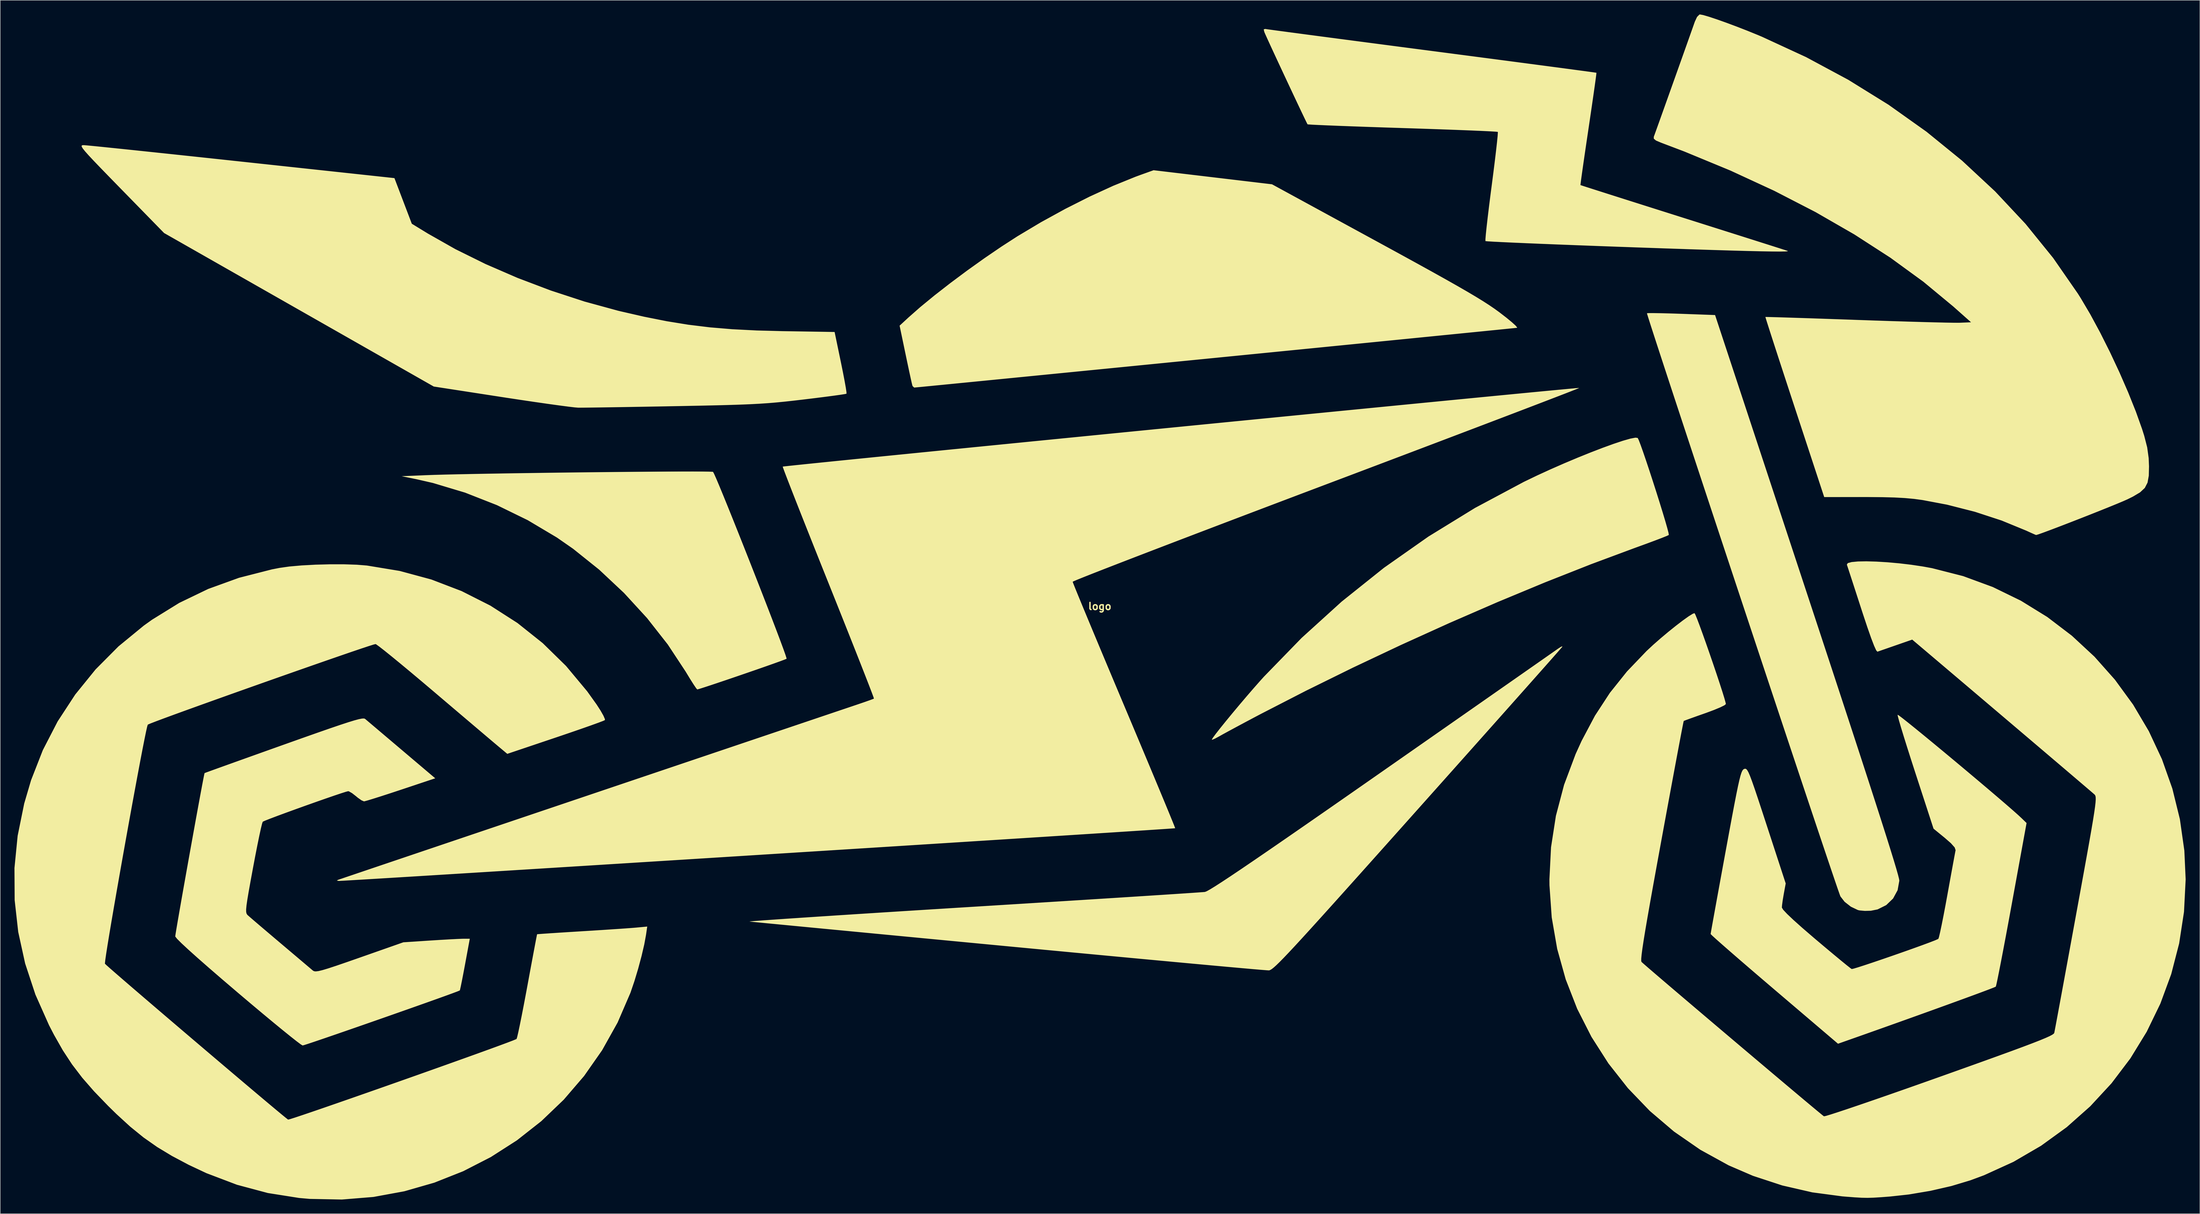
<source format=kicad_pcb>
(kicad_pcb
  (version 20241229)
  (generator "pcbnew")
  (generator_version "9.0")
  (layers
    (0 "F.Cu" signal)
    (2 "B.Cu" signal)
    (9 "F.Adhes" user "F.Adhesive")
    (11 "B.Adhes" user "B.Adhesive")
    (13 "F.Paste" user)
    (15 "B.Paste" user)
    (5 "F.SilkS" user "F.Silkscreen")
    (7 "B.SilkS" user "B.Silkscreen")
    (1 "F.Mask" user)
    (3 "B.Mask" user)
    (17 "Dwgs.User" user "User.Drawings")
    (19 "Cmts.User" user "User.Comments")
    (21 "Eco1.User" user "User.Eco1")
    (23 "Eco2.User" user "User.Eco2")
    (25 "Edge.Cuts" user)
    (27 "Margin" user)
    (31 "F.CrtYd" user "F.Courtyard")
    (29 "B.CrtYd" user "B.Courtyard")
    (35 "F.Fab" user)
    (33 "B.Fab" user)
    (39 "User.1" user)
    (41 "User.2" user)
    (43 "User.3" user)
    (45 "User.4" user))
  (footprint "logo"
    (layer "F.Cu")
    (at 228.848 124.854)
    (property "Reference" "logo" (at 0 0 0) (layer "F.SilkS") (effects (font (size 1.5 1.5) (thickness 0.3))))
    (attr board_only exclude_from_pos_files exclude_from_bom)
    (fp_poly (pts (xy 113.42 -35.519) (xy 113.644 -35.061) (xy 114.035 -34.04) (xy 114.561 -32.561) (xy 115.188 -30.724) (xy 115.884 -28.634) (xy 116.615 -26.391) (xy 117.35 -24.1) (xy 118.054 -21.862) (xy 118.696 -19.78) (xy 119.243 -17.956) (xy 119.66 -16.493) (xy 119.917 -15.494) (xy 119.98 -15.06) (xy 119.975 -15.053) (xy 119.557 -14.855) (xy 118.572 -14.459) (xy 117.126 -13.906) (xy 115.325 -13.236) (xy 113.277 -12.49) (xy 112.869 -12.343) (xy 103.591 -8.891) (xy 93.883 -5.058) (xy 83.876 -0.901) (xy 73.703 3.521) (xy 63.496 8.149) (xy 53.388 12.923) (xy 43.511 17.786) (xy 33.997 22.677) (xy 32.734 23.343) (xy 30.719 24.414) (xy 28.817 25.433) (xy 27.16 26.327) (xy 25.879 27.027) (xy 25.132 27.447) (xy 24.263 27.914) (xy 23.712 28.139) (xy 23.611 28.125) (xy 23.834 27.736) (xy 24.454 26.895) (xy 25.399 25.689) (xy 26.597 24.205) (xy 27.975 22.531) (xy 29.461 20.754) (xy 30.983 18.962) (xy 32.468 17.242) (xy 33.845 15.681) (xy 34.598 14.846) (xy 42.553 6.664) (xy 50.997 -0.998) (xy 59.915 -8.13) (xy 69.293 -14.721) (xy 79.116 -20.759) (xy 89.369 -26.235) (xy 89.593 -26.345) (xy 92.256 -27.626) (xy 95.055 -28.908) (xy 97.914 -30.162) (xy 100.751 -31.356) (xy 103.489 -32.461) (xy 106.049 -33.446) (xy 108.353 -34.281) (xy 110.32 -34.936) (xy 111.874 -35.38) (xy 112.934 -35.583)) (stroke (width 0) (type solid)) (fill yes) (layer "F.SilkS"))
    (fp_poly (pts (xy 118.224 -61.836) (xy 120.091 -61.789) (xy 122.233 -61.72) (xy 122.621 -61.706) (xy 129.733 -61.446) (xy 149.168 -2.55) (xy 151.861 5.617) (xy 154.332 13.122) (xy 156.585 19.981) (xy 158.626 26.212) (xy 160.46 31.829) (xy 162.093 36.85) (xy 163.529 41.291) (xy 164.774 45.168) (xy 165.834 48.498) (xy 166.713 51.296) (xy 167.416 53.58) (xy 167.95 55.365) (xy 168.318 56.668) (xy 168.527 57.506) (xy 168.583 57.871) (xy 168.222 59.878) (xy 167.267 61.633) (xy 165.826 63.02) (xy 164.005 63.927) (xy 162.593 64.211) (xy 161.326 64.245) (xy 160.196 64.144) (xy 159.838 64.061) (xy 158.365 63.357) (xy 157.048 62.327) (xy 156.167 61.195) (xy 155.997 60.747) (xy 155.619 59.668) (xy 155.047 57.998) (xy 154.294 55.78) (xy 153.374 53.055) (xy 152.301 49.863) (xy 151.088 46.246) (xy 149.75 42.246) (xy 148.299 37.903) (xy 146.75 33.258) (xy 145.115 28.354) (xy 143.41 23.232) (xy 141.647 17.931) (xy 139.84 12.495) (xy 138.004 6.963) (xy 136.15 1.378) (xy 134.294 -4.219) (xy 132.449 -9.788) (xy 130.628 -15.287) (xy 128.846 -20.674) (xy 127.116 -25.909) (xy 125.451 -30.95) (xy 123.865 -35.756) (xy 122.373 -40.285) (xy 120.987 -44.497) (xy 119.721 -48.351) (xy 118.59 -51.804) (xy 117.606 -54.816) (xy 116.784 -57.345) (xy 116.136 -59.35) (xy 115.678 -60.791) (xy 115.421 -61.625) (xy 115.37 -61.828) (xy 115.753 -61.857) (xy 116.741 -61.859)) (stroke (width 0) (type solid)) (fill yes) (layer "F.SilkS"))
    (fp_poly (pts (xy -83.817 -28.433) (xy -82.44 -28.415) (xy -81.678 -28.386) (xy -81.545 -28.365) (xy -81.318 -27.935) (xy -80.867 -26.92) (xy -80.221 -25.391) (xy -79.407 -23.42) (xy -78.454 -21.077) (xy -77.389 -18.433) (xy -76.241 -15.56) (xy -75.037 -12.528) (xy -73.804 -9.407) (xy -72.572 -6.27) (xy -71.368 -3.187) (xy -70.219 -0.229) (xy -69.154 2.533) (xy -68.201 5.028) (xy -67.387 7.185) (xy -66.741 8.933) (xy -66.289 10.201) (xy -66.062 10.919) (xy -66.043 11.055) (xy -66.434 11.223) (xy -67.396 11.582) (xy -68.822 12.095) (xy -70.602 12.723) (xy -72.631 13.431) (xy -74.8 14.18) (xy -77.001 14.935) (xy -79.127 15.659) (xy -81.071 16.313) (xy -82.725 16.862) (xy -83.98 17.268) (xy -84.73 17.495) (xy -84.887 17.53) (xy -85.136 17.24) (xy -85.668 16.452) (xy -86.408 15.283) (xy -87.277 13.851) (xy -87.325 13.771) (xy -91.096 8.046) (xy -95.467 2.475) (xy -100.326 -2.825) (xy -105.558 -7.734) (xy -111.049 -12.135) (xy -114.479 -14.519) (xy -120.62 -18.173) (xy -127.122 -21.349) (xy -133.834 -23.986) (xy -140.606 -26.02) (xy -144.044 -26.807) (xy -147.213 -27.454) (xy -142.025 -27.67) (xy -140.353 -27.73) (xy -138.16 -27.791) (xy -135.51 -27.853) (xy -132.465 -27.916) (xy -129.09 -27.978) (xy -125.446 -28.04) (xy -121.597 -28.099) (xy -117.607 -28.157) (xy -113.538 -28.211) (xy -109.454 -28.261) (xy -105.418 -28.306) (xy -101.494 -28.346) (xy -97.743 -28.38) (xy -94.23 -28.407) (xy -91.018 -28.427) (xy -88.17 -28.438) (xy -85.748 -28.441)) (stroke (width 0) (type solid)) (fill yes) (layer "F.SilkS"))
    (fp_poly (pts (xy 23.823 -90.511) (xy 36.311 -89.026) (xy 58.195 -77.094) (xy 62.702 -74.633) (xy 66.627 -72.479) (xy 70.022 -70.604) (xy 72.938 -68.976) (xy 75.425 -67.568) (xy 77.534 -66.35) (xy 79.315 -65.293) (xy 80.82 -64.367) (xy 82.098 -63.543) (xy 83.201 -62.791) (xy 84.179 -62.084) (xy 84.283 -62.006) (xy 85.717 -60.899) (xy 86.872 -59.949) (xy 87.662 -59.232) (xy 88.001 -58.823) (xy 87.977 -58.759) (xy 87.58 -58.715) (xy 86.515 -58.606) (xy 84.827 -58.436) (xy 82.558 -58.207) (xy 79.753 -57.926) (xy 76.455 -57.597) (xy 72.707 -57.223) (xy 68.555 -56.809) (xy 64.041 -56.359) (xy 59.209 -55.878) (xy 54.103 -55.37) (xy 48.767 -54.84) (xy 43.244 -54.291) (xy 37.578 -53.728) (xy 31.813 -53.156) (xy 25.992 -52.578) (xy 20.16 -52) (xy 14.359 -51.425) (xy 8.634 -50.857) (xy 3.029 -50.302) (xy -2.413 -49.763) (xy -7.649 -49.245) (xy -12.634 -48.752) (xy -17.324 -48.289) (xy -21.677 -47.859) (xy -25.647 -47.467) (xy -29.193 -47.118) (xy -32.269 -46.815) (xy -34.832 -46.564) (xy -36.838 -46.368) (xy -38.244 -46.232) (xy -39.006 -46.16) (xy -39.135 -46.149) (xy -39.451 -46.43) (xy -39.525 -46.596) (xy -39.644 -47.08) (xy -39.881 -48.14) (xy -40.209 -49.653) (xy -40.601 -51.495) (xy -40.943 -53.125) (xy -42.212 -59.207) (xy -40.335 -60.941) (xy -37.837 -63.14) (xy -34.852 -65.59) (xy -31.515 -68.189) (xy -27.962 -70.838) (xy -24.328 -73.434) (xy -20.749 -75.877) (xy -17.361 -78.066) (xy -17.351 -78.072) (xy -12.401 -81.029) (xy -7.278 -83.842) (xy -2.145 -86.431) (xy 2.834 -88.713) (xy 7.497 -90.608) (xy 8.619 -91.021) (xy 11.335 -91.995)) (stroke (width 0) (type solid)) (fill yes) (layer "F.SilkS"))
    (fp_poly (pts (xy -213.705 -97.245) (xy -212.521 -97.133) (xy -210.73 -96.954) (xy -208.386 -96.714) (xy -205.541 -96.42) (xy -202.247 -96.075) (xy -198.558 -95.686) (xy -194.525 -95.259) (xy -190.202 -94.798) (xy -185.64 -94.31) (xy -180.894 -93.799) (xy -180.884 -93.798) (xy -148.729 -90.331) (xy -146.898 -85.518) (xy -145.066 -80.706) (xy -141.668 -78.629) (xy -135.872 -75.343) (xy -129.519 -72.204) (xy -122.762 -69.275) (xy -115.753 -66.617) (xy -108.645 -64.292) (xy -101.592 -62.362) (xy -101.122 -62.248) (xy -96.042 -61.083) (xy -91.316 -60.144) (xy -86.764 -59.406) (xy -82.211 -58.85) (xy -77.477 -58.453) (xy -72.387 -58.193) (xy -66.864 -58.05) (xy -55.917 -57.874) (xy -54.581 -51.445) (xy -54.166 -49.398) (xy -53.82 -47.602) (xy -53.565 -46.171) (xy -53.421 -45.218) (xy -53.405 -44.856) (xy -53.79 -44.771) (xy -54.788 -44.617) (xy -56.302 -44.407) (xy -58.235 -44.154) (xy -60.489 -43.871) (xy -62.468 -43.631) (xy -64.548 -43.388) (xy -66.429 -43.181) (xy -68.201 -43.007) (xy -69.956 -42.861) (xy -71.783 -42.738) (xy -73.773 -42.634) (xy -76.017 -42.544) (xy -78.605 -42.463) (xy -81.628 -42.387) (xy -85.175 -42.311) (xy -89.339 -42.229) (xy -89.794 -42.221) (xy -93.421 -42.154) (xy -96.881 -42.093) (xy -100.099 -42.038) (xy -102.997 -41.992) (xy -105.502 -41.954) (xy -107.537 -41.927) (xy -109.027 -41.911) (xy -109.896 -41.908) (xy -110.007 -41.909) (xy -110.751 -41.971) (xy -112.114 -42.133) (xy -114.009 -42.382) (xy -116.349 -42.706) (xy -119.048 -43.093) (xy -122.017 -43.532) (xy -125.169 -44.009) (xy -126.116 -44.155) (xy -140.436 -46.366) (xy -168.867 -62.556) (xy -197.297 -78.747) (xy -206.36 -88.027) (xy -208.722 -90.448) (xy -210.624 -92.407) (xy -212.107 -93.953) (xy -213.212 -95.134) (xy -213.981 -95.999) (xy -214.455 -96.597) (xy -214.676 -96.976) (xy -214.684 -97.185) (xy -214.522 -97.272) (xy -214.231 -97.286)) (stroke (width 0) (type solid)) (fill yes) (layer "F.SilkS"))
    (fp_poly (pts (xy 97.519 8.532) (xy 97.251 8.849) (xy 96.535 9.668) (xy 95.4 10.956) (xy 93.874 12.681) (xy 91.986 14.81) (xy 89.765 17.312) (xy 87.239 20.154) (xy 84.437 23.304) (xy 81.388 26.729) (xy 78.12 30.398) (xy 74.663 34.277) (xy 71.044 38.336) (xy 67.292 42.541) (xy 67.011 42.856) (xy 62.567 47.835) (xy 58.573 52.306) (xy 55.004 56.297) (xy 51.836 59.833) (xy 49.044 62.943) (xy 46.602 65.652) (xy 44.486 67.989) (xy 42.671 69.98) (xy 41.132 71.651) (xy 39.843 73.031) (xy 38.781 74.145) (xy 37.92 75.022) (xy 37.235 75.687) (xy 36.701 76.169) (xy 36.293 76.493) (xy 35.987 76.687) (xy 35.757 76.777) (xy 35.65 76.793) (xy 35.17 76.766) (xy 34.017 76.675) (xy 32.232 76.522) (xy 29.855 76.312) (xy 26.925 76.049) (xy 23.483 75.735) (xy 19.568 75.376) (xy 15.221 74.973) (xy 10.48 74.532) (xy 5.387 74.056) (xy -0.019 73.548) (xy -5.698 73.013) (xy -11.61 72.453) (xy -17.715 71.873) (xy -19.139 71.737) (xy -25.282 71.152) (xy -31.241 70.584) (xy -36.975 70.036) (xy -42.444 69.514) (xy -47.61 69.02) (xy -52.431 68.559) (xy -56.868 68.134) (xy -60.882 67.75) (xy -64.431 67.409) (xy -67.477 67.116) (xy -69.98 66.875) (xy -71.899 66.689) (xy -73.195 66.562) (xy -73.827 66.499) (xy -73.875 66.493) (xy -73.655 66.456) (xy -72.762 66.378) (xy -71.235 66.261) (xy -69.113 66.109) (xy -66.438 65.923) (xy -63.248 65.708) (xy -59.585 65.465) (xy -55.488 65.196) (xy -50.996 64.906) (xy -46.151 64.595) (xy -40.993 64.268) (xy -35.56 63.926) (xy -29.894 63.572) (xy -27.01 63.393) (xy -21.195 63.032) (xy -15.564 62.681) (xy -10.158 62.343) (xy -5.022 62.02) (xy -0.198 61.715) (xy 4.272 61.431) (xy 8.345 61.17) (xy 11.978 60.936) (xy 15.129 60.731) (xy 17.754 60.558) (xy 19.811 60.419) (xy 21.258 60.317) (xy 22.052 60.256) (xy 22.18 60.242) (xy 22.552 60.094) (xy 23.26 59.7) (xy 24.322 59.048) (xy 25.761 58.122) (xy 27.597 56.91) (xy 29.85 55.396) (xy 32.542 53.567) (xy 35.692 51.409) (xy 39.321 48.908) (xy 43.45 46.05) (xy 48.1 42.821) (xy 53.291 39.207) (xy 59.044 35.193) (xy 59.392 34.95) (xy 63.96 31.76) (xy 68.38 28.673) (xy 72.614 25.715) (xy 76.625 22.913) (xy 80.377 20.292) (xy 83.832 17.877) (xy 86.953 15.696) (xy 89.703 13.773) (xy 92.045 12.135) (xy 93.942 10.808) (xy 95.357 9.817) (xy 96.253 9.189) (xy 96.573 8.963) (xy 97.247 8.529) (xy 97.546 8.439)) (stroke (width 0) (type solid)) (fill yes) (layer "F.SilkS"))
    (fp_poly (pts (xy 127.247 -124.723) (xy 128.487 -124.359) (xy 130.156 -123.803) (xy 132.137 -123.098) (xy 134.314 -122.285) (xy 136.57 -121.405) (xy 138.79 -120.502) (xy 139.617 -120.153) (xy 148.931 -115.851) (xy 157.838 -111.061) (xy 166.309 -105.807) (xy 174.311 -100.117) (xy 181.815 -94.013) (xy 188.788 -87.523) (xy 195.201 -80.672) (xy 201.022 -73.484) (xy 206.221 -65.985) (xy 206.84 -65.004) (xy 208.854 -61.594) (xy 210.936 -57.739) (xy 213.011 -53.6) (xy 215.005 -49.338) (xy 216.846 -45.111) (xy 218.458 -41.082) (xy 219.768 -37.41) (xy 220.228 -35.954) (xy 220.848 -33.532) (xy 221.16 -31.269) (xy 221.232 -29.514) (xy 221.184 -27.557) (xy 220.922 -26.098) (xy 220.346 -24.98) (xy 219.352 -24.049) (xy 217.838 -23.148) (xy 216.679 -22.576) (xy 215.797 -22.185) (xy 214.441 -21.617) (xy 212.714 -20.912) (xy 210.718 -20.11) (xy 208.556 -19.252) (xy 206.331 -18.378) (xy 204.146 -17.528) (xy 202.104 -16.742) (xy 200.307 -16.061) (xy 198.859 -15.524) (xy 197.863 -15.172) (xy 197.42 -15.045) (xy 197.413 -15.046) (xy 197.053 -15.195) (xy 196.235 -15.56) (xy 195.33 -15.973) (xy 190.153 -18.1) (xy 184.518 -19.945) (xy 178.651 -21.443) (xy 173.494 -22.418) (xy 171.691 -22.663) (xy 169.756 -22.841) (xy 167.551 -22.962) (xy 164.937 -23.03) (xy 161.775 -23.055) (xy 161.068 -23.055) (xy 152.744 -23.049) (xy 146.51 -42.012) (xy 145.354 -45.533) (xy 144.27 -48.845) (xy 143.277 -51.885) (xy 142.397 -54.593) (xy 141.648 -56.908) (xy 141.05 -58.768) (xy 140.623 -60.112) (xy 140.387 -60.88) (xy 140.346 -61.041) (xy 140.706 -61.041) (xy 141.715 -61.017) (xy 143.309 -60.971) (xy 145.422 -60.905) (xy 147.988 -60.822) (xy 150.942 -60.723) (xy 154.218 -60.61) (xy 157.751 -60.487) (xy 159.734 -60.416) (xy 163.467 -60.286) (xy 167.049 -60.168) (xy 170.404 -60.063) (xy 173.456 -59.974) (xy 176.13 -59.903) (xy 178.349 -59.852) (xy 180.038 -59.823) (xy 181.119 -59.819) (xy 181.377 -59.824) (xy 183.703 -59.923) (xy 179.946 -63.259) (xy 173.655 -68.473) (xy 166.697 -73.542) (xy 159.111 -78.443) (xy 150.935 -83.155) (xy 142.208 -87.656) (xy 132.967 -91.926) (xy 123.251 -95.943) (xy 118.301 -97.822) (xy 117.264 -98.266) (xy 116.81 -98.654) (xy 116.809 -99.045) (xy 116.976 -99.501) (xy 117.349 -100.537) (xy 117.894 -102.056) (xy 118.577 -103.965) (xy 119.363 -106.168) (xy 120.22 -108.571) (xy 121.114 -111.078) (xy 122.01 -113.594) (xy 122.875 -116.024) (xy 123.675 -118.274) (xy 124.375 -120.249) (xy 124.943 -121.852) (xy 125.345 -122.99) (xy 125.465 -123.333) (xy 125.932 -124.331) (xy 126.423 -124.827) (xy 126.55 -124.854)) (stroke (width 0) (type solid)) (fill yes) (layer "F.SilkS"))
    (fp_poly (pts (xy 34.994 -121.78) (xy 35.427 -121.715) (xy 36.521 -121.565) (xy 38.225 -121.336) (xy 40.491 -121.033) (xy 43.27 -120.664) (xy 46.512 -120.235) (xy 50.168 -119.753) (xy 54.188 -119.224) (xy 58.524 -118.655) (xy 63.125 -118.052) (xy 67.944 -117.421) (xy 70.118 -117.137) (xy 75.003 -116.498) (xy 79.683 -115.885) (xy 84.111 -115.304) (xy 88.238 -114.76) (xy 92.015 -114.262) (xy 95.394 -113.815) (xy 98.328 -113.425) (xy 100.768 -113.098) (xy 102.665 -112.843) (xy 103.971 -112.663) (xy 104.638 -112.567) (xy 104.717 -112.553) (xy 104.685 -112.194) (xy 104.557 -111.211) (xy 104.346 -109.686) (xy 104.064 -107.702) (xy 103.721 -105.341) (xy 103.331 -102.687) (xy 103.036 -100.701) (xy 102.619 -97.891) (xy 102.241 -95.318) (xy 101.915 -93.063) (xy 101.652 -91.211) (xy 101.464 -89.842) (xy 101.363 -89.04) (xy 101.349 -88.861) (xy 101.694 -88.745) (xy 102.663 -88.432) (xy 104.199 -87.94) (xy 106.244 -87.287) (xy 108.742 -86.492) (xy 111.634 -85.573) (xy 114.862 -84.549) (xy 118.37 -83.437) (xy 122.099 -82.257) (xy 123.065 -81.951) (xy 126.85 -80.753) (xy 130.436 -79.618) (xy 133.764 -78.563) (xy 136.776 -77.608) (xy 139.412 -76.771) (xy 141.614 -76.071) (xy 143.324 -75.526) (xy 144.483 -75.155) (xy 145.032 -74.977) (xy 145.066 -74.965) (xy 145.018 -74.897) (xy 144.448 -74.855) (xy 143.337 -74.84) (xy 141.667 -74.852) (xy 139.42 -74.891) (xy 136.578 -74.958) (xy 133.122 -75.053) (xy 129.034 -75.177) (xy 124.296 -75.33) (xy 118.89 -75.513) (xy 112.797 -75.726) (xy 109.177 -75.855) (xy 104.793 -76.015) (xy 100.619 -76.172) (xy 96.708 -76.323) (xy 93.116 -76.467) (xy 89.898 -76.601) (xy 87.109 -76.723) (xy 84.803 -76.83) (xy 83.036 -76.92) (xy 81.863 -76.991) (xy 81.338 -77.04) (xy 81.315 -77.047) (xy 81.312 -77.438) (xy 81.395 -78.451) (xy 81.556 -80.001) (xy 81.785 -82.003) (xy 82.071 -84.37) (xy 82.406 -87.016) (xy 82.61 -88.572) (xy 82.968 -91.335) (xy 83.284 -93.865) (xy 83.548 -96.077) (xy 83.751 -97.885) (xy 83.883 -99.204) (xy 83.933 -99.947) (xy 83.922 -100.079) (xy 83.54 -100.124) (xy 82.509 -100.187) (xy 80.892 -100.267) (xy 78.755 -100.36) (xy 76.163 -100.463) (xy 73.18 -100.575) (xy 69.872 -100.692) (xy 66.304 -100.812) (xy 63.851 -100.891) (xy 60.148 -101.011) (xy 56.664 -101.129) (xy 53.462 -101.243) (xy 50.609 -101.349) (xy 48.169 -101.447) (xy 46.207 -101.532) (xy 44.787 -101.602) (xy 43.976 -101.655) (xy 43.804 -101.679) (xy 43.621 -102.028) (xy 43.184 -102.928) (xy 42.537 -104.281) (xy 41.728 -105.99) (xy 40.801 -107.956) (xy 39.804 -110.081) (xy 38.781 -112.267) (xy 37.778 -114.416) (xy 36.842 -116.431) (xy 36.018 -118.213) (xy 35.353 -119.665) (xy 34.891 -120.687) (xy 34.693 -121.147) (xy 34.561 -121.706) (xy 34.873 -121.803)) (stroke (width 0) (type solid)) (fill yes) (layer "F.SilkS"))
    (fp_poly (pts (xy 168.493 23.025) (xy 169.255 23.599) (xy 170.433 24.53) (xy 171.963 25.765) (xy 173.781 27.249) (xy 175.823 28.93) (xy 178.024 30.753) (xy 180.32 32.665) (xy 182.648 34.614) (xy 184.942 36.544) (xy 187.14 38.402) (xy 189.176 40.136) (xy 190.987 41.691) (xy 192.508 43.013) (xy 193.675 44.05) (xy 194.387 44.712) (xy 195.413 45.709) (xy 192.287 62.833) (xy 191.661 66.241) (xy 191.068 69.434) (xy 190.519 72.343) (xy 190.03 74.899) (xy 189.613 77.033) (xy 189.282 78.676) (xy 189.049 79.759) (xy 188.928 80.212) (xy 188.924 80.22) (xy 188.547 80.39) (xy 187.559 80.776) (xy 186.02 81.356) (xy 183.994 82.106) (xy 181.543 83.004) (xy 178.728 84.028) (xy 175.613 85.155) (xy 172.26 86.362) (xy 168.731 87.627) (xy 165.088 88.927) (xy 161.393 90.239) (xy 158.589 91.23) (xy 155.656 92.266) (xy 142.222 80.819) (xy 139.573 78.556) (xy 137.097 76.432) (xy 134.847 74.492) (xy 132.875 72.78) (xy 131.232 71.343) (xy 129.971 70.226) (xy 129.144 69.474) (xy 128.803 69.132) (xy 128.796 69.119) (xy 128.861 68.727) (xy 129.042 67.7) (xy 129.328 66.108) (xy 129.706 64.018) (xy 130.163 61.499) (xy 130.688 58.621) (xy 131.267 55.453) (xy 131.888 52.062) (xy 131.95 51.727) (xy 132.673 47.796) (xy 133.283 44.51) (xy 133.793 41.812) (xy 134.216 39.641) (xy 134.565 37.94) (xy 134.854 36.65) (xy 135.095 35.712) (xy 135.303 35.067) (xy 135.489 34.658) (xy 135.668 34.424) (xy 135.852 34.308) (xy 135.872 34.3) (xy 136.084 34.251) (xy 136.288 34.313) (xy 136.51 34.549) (xy 136.776 35.023) (xy 137.11 35.799) (xy 137.538 36.94) (xy 138.087 38.511) (xy 138.78 40.575) (xy 139.644 43.196) (xy 140.637 46.233) (xy 144.627 58.453) (xy 144.221 60.66) (xy 144.004 61.94) (xy 143.858 63.012) (xy 143.816 63.541) (xy 144.097 64.008) (xy 144.925 64.892) (xy 146.28 66.176) (xy 148.142 67.84) (xy 150.493 69.867) (xy 151 70.297) (xy 152.937 71.931) (xy 154.703 73.408) (xy 156.223 74.668) (xy 157.42 75.646) (xy 158.22 76.28) (xy 158.54 76.508) (xy 158.947 76.424) (xy 159.917 76.133) (xy 161.343 75.673) (xy 163.115 75.083) (xy 165.125 74.399) (xy 167.265 73.66) (xy 169.425 72.904) (xy 171.498 72.168) (xy 173.374 71.49) (xy 174.945 70.909) (xy 176.103 70.461) (xy 176.739 70.185) (xy 176.816 70.138) (xy 176.95 69.735) (xy 177.188 68.725) (xy 177.509 67.204) (xy 177.894 65.27) (xy 178.322 63.018) (xy 178.696 60.978) (xy 179.142 58.513) (xy 179.552 56.26) (xy 179.907 54.321) (xy 180.188 52.799) (xy 180.377 51.797) (xy 180.449 51.437) (xy 180.251 50.857) (xy 179.452 49.961) (xy 178.193 48.861) (xy 175.797 46.901) (xy 171.943 35.067) (xy 171.045 32.288) (xy 170.228 29.72) (xy 169.516 27.444) (xy 168.935 25.539) (xy 168.509 24.086) (xy 168.263 23.165) (xy 168.212 22.862)) (stroke (width 0) (type solid)) (fill yes) (layer "F.SilkS"))
    (fp_poly (pts (xy -154.939 23.724) (xy -154.925 23.735) (xy -154.509 24.087) (xy -153.626 24.834) (xy -152.356 25.91) (xy -150.778 27.247) (xy -148.971 28.778) (xy -147.248 30.238) (xy -140.128 36.273) (xy -147.42 38.707) (xy -149.595 39.426) (xy -151.552 40.061) (xy -153.187 40.578) (xy -154.392 40.945) (xy -155.064 41.127) (xy -155.153 41.141) (xy -155.672 40.92) (xy -156.462 40.364) (xy -156.817 40.068) (xy -157.648 39.418) (xy -158.31 39.036) (xy -158.479 38.994) (xy -158.945 39.111) (xy -159.968 39.436) (xy -161.436 39.929) (xy -163.24 40.551) (xy -165.268 41.262) (xy -167.411 42.023) (xy -169.557 42.794) (xy -171.596 43.536) (xy -173.418 44.209) (xy -174.912 44.774) (xy -175.968 45.19) (xy -176.474 45.42) (xy -176.496 45.436) (xy -176.64 45.851) (xy -176.89 46.876) (xy -177.226 48.416) (xy -177.628 50.375) (xy -178.076 52.659) (xy -178.545 55.146) (xy -179.066 57.972) (xy -179.462 60.178) (xy -179.743 61.847) (xy -179.919 63.063) (xy -180 63.909) (xy -179.993 64.468) (xy -179.909 64.824) (xy -179.758 65.058) (xy -179.671 65.146) (xy -179.226 65.538) (xy -178.322 66.317) (xy -177.044 67.409) (xy -175.48 68.739) (xy -173.717 70.235) (xy -172.792 71.018) (xy -170.963 72.565) (xy -169.291 73.979) (xy -167.862 75.189) (xy -166.763 76.12) (xy -166.08 76.699) (xy -165.921 76.834) (xy -165.68 76.969) (xy -165.311 77.011) (xy -164.738 76.939) (xy -163.881 76.73) (xy -162.663 76.364) (xy -161.006 75.819) (xy -158.833 75.073) (xy -156.083 74.112) (xy -146.855 70.869) (xy -141.131 70.492) (xy -139.074 70.362) (xy -137.174 70.252) (xy -135.587 70.17) (xy -134.472 70.124) (xy -134.123 70.117) (xy -132.84 70.118) (xy -133.84 75.529) (xy -134.191 77.398) (xy -134.502 78.999) (xy -134.748 80.208) (xy -134.905 80.903) (xy -134.945 81.022) (xy -135.342 81.191) (xy -136.335 81.565) (xy -137.842 82.116) (xy -139.784 82.815) (xy -142.08 83.634) (xy -144.651 84.545) (xy -147.415 85.521) (xy -150.294 86.533) (xy -153.206 87.553) (xy -156.071 88.552) (xy -158.811 89.504) (xy -161.343 90.379) (xy -163.588 91.15) (xy -165.466 91.789) (xy -166.897 92.267) (xy -167.8 92.556) (xy -168.092 92.633) (xy -168.474 92.403) (xy -169.344 91.752) (xy -170.646 90.725) (xy -172.325 89.368) (xy -174.324 87.726) (xy -176.59 85.843) (xy -179.066 83.766) (xy -181.696 81.54) (xy -181.798 81.453) (xy -185.073 78.655) (xy -187.915 76.198) (xy -190.303 74.101) (xy -192.219 72.381) (xy -193.643 71.057) (xy -194.555 70.145) (xy -194.934 69.663) (xy -194.945 69.623) (xy -194.888 69.186) (xy -194.718 68.135) (xy -194.45 66.554) (xy -194.099 64.526) (xy -193.681 62.133) (xy -193.209 59.459) (xy -192.698 56.586) (xy -192.165 53.597) (xy -191.622 50.576) (xy -191.086 47.605) (xy -190.572 44.767) (xy -190.093 42.145) (xy -189.665 39.822) (xy -189.303 37.88) (xy -189.022 36.404) (xy -188.836 35.474) (xy -188.763 35.175) (xy -188.425 35.046) (xy -187.477 34.7) (xy -185.985 34.161) (xy -184.012 33.452) (xy -181.623 32.595) (xy -178.883 31.614) (xy -175.857 30.532) (xy -172.608 29.373) (xy -172.093 29.189) (xy -168.244 27.82) (xy -165.012 26.68) (xy -162.345 25.75) (xy -160.187 25.015) (xy -158.486 24.457) (xy -157.188 24.059) (xy -156.238 23.804) (xy -155.582 23.674) (xy -155.167 23.654)) (stroke (width 0) (type solid)) (fill yes) (layer "F.SilkS"))
    (fp_poly (pts (xy 100.769 -45.931) (xy 99.822 -45.553) (xy 98.275 -44.949) (xy 96.165 -44.134) (xy 93.527 -43.12) (xy 90.396 -41.921) (xy 86.808 -40.55) (xy 82.797 -39.022) (xy 78.4 -37.349) (xy 73.651 -35.545) (xy 68.586 -33.623) (xy 63.241 -31.597) (xy 57.65 -29.481) (xy 51.849 -27.287) (xy 47.751 -25.739) (xy 41.823 -23.498) (xy 36.079 -21.322) (xy 30.554 -19.225) (xy 25.285 -17.221) (xy 20.306 -15.323) (xy 15.654 -13.545) (xy 11.363 -11.9) (xy 7.47 -10.403) (xy 4.009 -9.066) (xy 1.016 -7.904) (xy -1.474 -6.93) (xy -3.424 -6.158) (xy -4.8 -5.601) (xy -5.566 -5.273) (xy -5.72 -5.187) (xy -5.585 -4.809) (xy -5.192 -3.822) (xy -4.563 -2.278) (xy -3.718 -0.227) (xy -2.68 2.279) (xy -1.468 5.191) (xy -0.105 8.456) (xy 1.389 12.025) (xy 2.993 15.846) (xy 4.685 19.869) (xy 5.131 20.928) (xy 6.84 24.987) (xy 8.464 28.853) (xy 9.982 32.475) (xy 11.373 35.802) (xy 12.616 38.785) (xy 13.691 41.373) (xy 14.576 43.517) (xy 15.251 45.166) (xy 15.695 46.269) (xy 15.887 46.777) (xy 15.892 46.806) (xy 15.534 46.837) (xy 14.499 46.911) (xy 12.823 47.025) (xy 10.545 47.176) (xy 7.702 47.362) (xy 4.33 47.581) (xy 0.467 47.831) (xy -3.851 48.109) (xy -8.585 48.412) (xy -13.699 48.739) (xy -19.157 49.088) (xy -24.919 49.454) (xy -30.951 49.838) (xy -37.213 50.235) (xy -43.67 50.645) (xy -50.284 51.063) (xy -57.018 51.489) (xy -63.835 51.919) (xy -70.697 52.352) (xy -77.568 52.785) (xy -84.41 53.216) (xy -91.187 53.642) (xy -97.861 54.061) (xy -104.395 54.471) (xy -110.752 54.869) (xy -116.894 55.253) (xy -122.785 55.621) (xy -128.388 55.97) (xy -133.665 56.298) (xy -138.579 56.603) (xy -143.094 56.882) (xy -147.171 57.133) (xy -150.774 57.353) (xy -153.866 57.541) (xy -156.409 57.694) (xy -158.367 57.81) (xy -159.702 57.886) (xy -160.377 57.919) (xy -160.449 57.921) (xy -160.877 57.856) (xy -160.628 57.696) (xy -160.253 57.568) (xy -159.242 57.225) (xy -157.639 56.682) (xy -155.487 55.954) (xy -152.828 55.054) (xy -149.704 53.998) (xy -146.16 52.8) (xy -142.237 51.474) (xy -137.978 50.035) (xy -133.426 48.497) (xy -128.625 46.875) (xy -123.616 45.183) (xy -118.442 43.435) (xy -113.146 41.647) (xy -107.772 39.831) (xy -102.361 38.004) (xy -96.957 36.179) (xy -91.602 34.371) (xy -86.339 32.594) (xy -81.211 30.862) (xy -76.261 29.191) (xy -71.531 27.594) (xy -67.064 26.087) (xy -62.903 24.683) (xy -59.091 23.396) (xy -55.671 22.242) (xy -52.684 21.235) (xy -50.979 20.66) (xy -49.575 20.18) (xy -48.45 19.783) (xy -47.761 19.524) (xy -47.624 19.46) (xy -47.731 19.118) (xy -48.085 18.164) (xy -48.665 16.651) (xy -49.451 14.63) (xy -50.421 12.155) (xy -51.556 9.277) (xy -52.835 6.048) (xy -54.237 2.521) (xy -55.742 -1.252) (xy -57.243 -5.005) (xy -58.827 -8.963) (xy -60.326 -12.725) (xy -61.722 -16.238) (xy -62.994 -19.45) (xy -64.12 -22.308) (xy -65.081 -24.762) (xy -65.855 -26.757) (xy -66.423 -28.243) (xy -66.764 -29.166) (xy -66.859 -29.475) (xy -66.492 -29.525) (xy -65.451 -29.64) (xy -63.774 -29.817) (xy -61.5 -30.053) (xy -58.665 -30.343) (xy -55.308 -30.685) (xy -51.467 -31.073) (xy -47.179 -31.505) (xy -42.483 -31.976) (xy -37.417 -32.483) (xy -32.018 -33.023) (xy -26.323 -33.591) (xy -20.373 -34.183) (xy -14.203 -34.797) (xy -7.852 -35.427) (xy -1.358 -36.071) (xy 5.241 -36.725) (xy 11.908 -37.385) (xy 18.604 -38.047) (xy 25.292 -38.707) (xy 31.933 -39.362) (xy 38.49 -40.008) (xy 44.925 -40.641) (xy 51.2 -41.258) (xy 57.277 -41.854) (xy 63.118 -42.427) (xy 68.686 -42.971) (xy 73.941 -43.484) (xy 78.848 -43.962) (xy 83.366 -44.401) (xy 87.46 -44.797) (xy 91.09 -45.147) (xy 94.219 -45.446) (xy 96.808 -45.691) (xy 98.821 -45.879) (xy 100.219 -46.005) (xy 100.965 -46.066) (xy 101.083 -46.07)) (stroke (width 0) (type solid)) (fill yes) (layer "F.SilkS"))
    (fp_poly (pts (xy -159.399 -8.869) (xy -156.701 -8.781) (xy -154.538 -8.609) (xy -147.616 -7.465) (xy -140.946 -5.661) (xy -134.563 -3.215) (xy -128.498 -0.149) (xy -122.785 3.519) (xy -117.456 7.768) (xy -112.545 12.578) (xy -108.084 17.93) (xy -106.096 20.708) (xy -105.271 21.988) (xy -104.666 23.056) (xy -104.355 23.774) (xy -104.349 23.995) (xy -104.75 24.177) (xy -105.744 24.555) (xy -107.244 25.097) (xy -109.164 25.773) (xy -111.417 26.553) (xy -113.918 27.405) (xy -114.788 27.699) (xy -124.936 31.117) (xy -126.961 29.421) (xy -127.672 28.822) (xy -128.858 27.819) (xy -130.449 26.47) (xy -132.375 24.835) (xy -134.568 22.974) (xy -136.956 20.945) (xy -139.47 18.808) (xy -140.552 17.887) (xy -143.026 15.793) (xy -145.346 13.846) (xy -147.453 12.096) (xy -149.287 10.591) (xy -150.789 9.38) (xy -151.9 8.512) (xy -152.559 8.034) (xy -152.707 7.956) (xy -153.122 8.059) (xy -154.143 8.382) (xy -155.706 8.9) (xy -157.742 9.591) (xy -160.186 10.431) (xy -162.971 11.396) (xy -166.032 12.463) (xy -169.301 13.608) (xy -172.713 14.808) (xy -176.201 16.04) (xy -179.699 17.28) (xy -183.14 18.504) (xy -186.459 19.69) (xy -189.588 20.813) (xy -192.462 21.85) (xy -195.014 22.777) (xy -197.179 23.572) (xy -198.888 24.211) (xy -200.077 24.669) (xy -200.679 24.925) (xy -200.738 24.961) (xy -200.866 25.376) (xy -201.103 26.426) (xy -201.434 28.041) (xy -201.85 30.151) (xy -202.336 32.69) (xy -202.88 35.586) (xy -203.471 38.773) (xy -204.097 42.181) (xy -204.743 45.741) (xy -205.4 49.385) (xy -206.053 53.044) (xy -206.691 56.649) (xy -207.302 60.131) (xy -207.872 63.422) (xy -208.391 66.452) (xy -208.845 69.154) (xy -209.223 71.458) (xy -209.511 73.295) (xy -209.698 74.597) (xy -209.772 75.295) (xy -209.765 75.394) (xy -209.446 75.7) (xy -208.635 76.421) (xy -207.386 77.511) (xy -205.753 78.925) (xy -203.789 80.618) (xy -201.547 82.542) (xy -199.083 84.653) (xy -196.449 86.905) (xy -193.699 89.252) (xy -190.887 91.648) (xy -188.067 94.047) (xy -185.293 96.404) (xy -182.617 98.673) (xy -180.095 100.809) (xy -177.78 102.764) (xy -175.725 104.495) (xy -173.984 105.954) (xy -172.611 107.096) (xy -171.66 107.876) (xy -171.184 108.247) (xy -171.146 108.271) (xy -170.764 108.177) (xy -169.774 107.864) (xy -168.243 107.355) (xy -166.236 106.675) (xy -163.819 105.845) (xy -161.058 104.889) (xy -158.017 103.831) (xy -154.764 102.693) (xy -151.364 101.5) (xy -147.883 100.273) (xy -144.386 99.037) (xy -140.94 97.814) (xy -137.61 96.628) (xy -134.462 95.502) (xy -131.561 94.46) (xy -128.974 93.524) (xy -126.766 92.717) (xy -125.003 92.064) (xy -123.751 91.587) (xy -123.076 91.31) (xy -122.979 91.257) (xy -122.851 90.858) (xy -122.614 89.842) (xy -122.287 88.297) (xy -121.886 86.309) (xy -121.431 83.965) (xy -120.938 81.354) (xy -120.709 80.121) (xy -120.213 77.429) (xy -119.757 74.976) (xy -119.359 72.846) (xy -119.034 71.125) (xy -118.799 69.897) (xy -118.669 69.249) (xy -118.649 69.169) (xy -118.292 69.134) (xy -117.315 69.062) (xy -115.813 68.959) (xy -113.88 68.833) (xy -111.611 68.689) (xy -109.292 68.546) (xy -106.642 68.381) (xy -104.102 68.217) (xy -101.799 68.064) (xy -99.859 67.929) (xy -98.409 67.821) (xy -97.709 67.762) (xy -95.427 67.547) (xy -95.678 69.28) (xy -96.051 71.313) (xy -96.626 73.778) (xy -97.34 76.441) (xy -98.13 79.067) (xy -98.933 81.425) (xy -98.985 81.566) (xy -101.671 87.79) (xy -104.935 93.632) (xy -108.733 99.064) (xy -113.021 104.061) (xy -117.758 108.595) (xy -122.9 112.64) (xy -128.402 116.168) (xy -134.223 119.154) (xy -140.318 121.57) (xy -146.644 123.389) (xy -153.158 124.585) (xy -159.818 125.13) (xy -166.578 124.998) (xy -168.818 124.802) (xy -175.42 123.759) (xy -181.931 122.017) (xy -188.373 119.569) (xy -192.106 117.813) (xy -195.639 115.938) (xy -198.754 114.057) (xy -201.63 112.039) (xy -204.443 109.754) (xy -207.372 107.072) (xy -209.112 105.365) (xy -212.07 102.296) (xy -214.559 99.44) (xy -216.709 96.621) (xy -218.65 93.661) (xy -220.513 90.382) (xy -221.56 88.36) (xy -224.431 81.901) (xy -226.597 75.337) (xy -228.056 68.685) (xy -228.807 61.966) (xy -228.848 55.198) (xy -228.177 48.401) (xy -226.794 41.595) (xy -225.346 36.669) (xy -222.861 30.317) (xy -219.746 24.279) (xy -216.031 18.595) (xy -211.745 13.305) (xy -206.919 8.45) (xy -201.582 4.069) (xy -199.837 2.819) (xy -194.103 -0.726) (xy -187.99 -3.673) (xy -181.486 -6.027) (xy -174.581 -7.792) (xy -172.97 -8.108) (xy -170.898 -8.403) (xy -168.309 -8.631) (xy -165.399 -8.789) (xy -162.363 -8.869)) (stroke (width 0) (type solid)) (fill yes) (layer "F.SilkS"))
    (fp_poly (pts (xy 163.721 -9.439) (xy 166.053 -9.298) (xy 168.531 -9.076) (xy 171.059 -8.777) (xy 173.545 -8.406) (xy 175.496 -8.048) (xy 182.04 -6.375) (xy 188.291 -4.075) (xy 194.217 -1.186) (xy 199.788 2.252) (xy 204.971 6.202) (xy 209.734 10.623) (xy 214.047 15.478) (xy 217.876 20.727) (xy 221.192 26.331) (xy 223.962 32.253) (xy 226.155 38.453) (xy 227.739 44.892) (xy 228.682 51.532) (xy 228.958 57.597) (xy 228.61 64.437) (xy 227.587 71.111) (xy 225.916 77.58) (xy 223.626 83.805) (xy 220.745 89.744) (xy 217.303 95.36) (xy 213.326 100.611) (xy 208.844 105.458) (xy 203.886 109.861) (xy 198.478 113.781) (xy 192.651 117.178) (xy 186.432 120.012) (xy 183.545 121.083) (xy 179.55 122.283) (xy 175.136 123.295) (xy 170.586 124.063) (xy 166.622 124.496) (xy 164.638 124.647) (xy 163.125 124.74) (xy 161.862 124.776) (xy 160.63 124.753) (xy 159.207 124.671) (xy 157.374 124.529) (xy 156.547 124.461) (xy 150.231 123.62) (xy 143.894 122.16) (xy 137.732 120.135) (xy 132.595 117.92) (xy 126.622 114.632) (xy 121.072 110.792) (xy 115.974 106.447) (xy 111.355 101.64) (xy 107.245 96.417) (xy 103.67 90.822) (xy 100.659 84.9) (xy 98.24 78.695) (xy 96.441 72.253) (xy 95.29 65.619) (xy 94.814 58.836) (xy 94.803 57.597) (xy 95.144 50.824) (xy 96.172 44.185) (xy 97.896 37.643) (xy 100.324 31.165) (xy 101.596 28.37) (xy 104.407 23.066) (xy 107.552 18.247) (xy 111.159 13.736) (xy 115.281 9.427) (xy 116.667 8.137) (xy 118.23 6.764) (xy 119.864 5.393) (xy 121.465 4.106) (xy 122.928 2.985) (xy 124.149 2.113) (xy 125.023 1.572) (xy 125.395 1.434) (xy 125.578 1.756) (xy 125.946 2.654) (xy 126.465 4.023) (xy 127.098 5.759) (xy 127.809 7.757) (xy 128.562 9.913) (xy 129.322 12.123) (xy 130.052 14.282) (xy 130.716 16.286) (xy 131.279 18.031) (xy 131.704 19.411) (xy 131.955 20.323) (xy 132.008 20.623) (xy 131.69 20.882) (xy 130.818 21.31) (xy 129.521 21.851) (xy 127.924 22.448) (xy 127.626 22.553) (xy 125.981 23.132) (xy 124.599 23.626) (xy 123.61 23.986) (xy 123.144 24.166) (xy 123.127 24.175) (xy 123.044 24.532) (xy 122.845 25.538) (xy 122.537 27.135) (xy 122.133 29.268) (xy 121.642 31.881) (xy 121.076 34.918) (xy 120.444 38.323) (xy 119.756 42.04) (xy 119.025 46.013) (xy 118.399 49.426) (xy 117.479 54.46) (xy 116.687 58.832) (xy 116.016 62.582) (xy 115.46 65.75) (xy 115.012 68.376) (xy 114.666 70.501) (xy 114.414 72.164) (xy 114.251 73.406) (xy 114.169 74.268) (xy 114.162 74.789) (xy 114.223 75.009) (xy 114.689 75.427) (xy 115.631 76.245) (xy 116.995 77.419) (xy 118.727 78.902) (xy 120.774 80.649) (xy 123.082 82.614) (xy 125.597 84.752) (xy 128.266 87.018) (xy 131.034 89.365) (xy 133.848 91.749) (xy 136.655 94.124) (xy 139.4 96.444) (xy 142.029 98.664) (xy 144.49 100.739) (xy 146.727 102.622) (xy 148.688 104.269) (xy 150.319 105.633) (xy 151.566 106.67) (xy 152.375 107.334) (xy 152.692 107.579) (xy 153.099 107.494) (xy 154.124 107.186) (xy 155.713 106.674) (xy 157.811 105.975) (xy 160.363 105.109) (xy 163.314 104.095) (xy 166.609 102.95) (xy 170.194 101.695) (xy 174.013 100.347) (xy 177.121 99.243) (xy 181.824 97.565) (xy 185.895 96.107) (xy 189.376 94.851) (xy 192.31 93.783) (xy 194.741 92.884) (xy 196.71 92.138) (xy 198.262 91.53) (xy 199.439 91.042) (xy 200.284 90.659) (xy 200.84 90.363) (xy 201.149 90.138) (xy 201.252 89.984) (xy 201.344 89.517) (xy 201.554 88.406) (xy 201.87 86.709) (xy 202.282 84.483) (xy 202.78 81.789) (xy 203.351 78.685) (xy 203.986 75.229) (xy 204.674 71.481) (xy 205.403 67.498) (xy 205.901 64.773) (xy 206.769 60.025) (xy 207.514 55.93) (xy 208.145 52.44) (xy 208.669 49.504) (xy 209.094 47.072) (xy 209.427 45.095) (xy 209.676 43.522) (xy 209.85 42.305) (xy 209.954 41.392) (xy 209.997 40.735) (xy 209.987 40.284) (xy 209.931 39.988) (xy 209.837 39.799) (xy 209.74 39.691) (xy 209.377 39.374) (xy 208.514 38.634) (xy 207.2 37.511) (xy 205.481 36.045) (xy 203.405 34.276) (xy 201.017 32.244) (xy 198.366 29.989) (xy 195.498 27.55) (xy 192.459 24.968) (xy 189.298 22.283) (xy 186.061 19.535) (xy 182.795 16.762) (xy 179.547 14.007) (xy 176.364 11.307) (xy 173.293 8.704) (xy 173.209 8.634) (xy 171.301 7.017) (xy 167.843 8.219) (xy 166.348 8.739) (xy 165.088 9.177) (xy 164.227 9.476) (xy 163.958 9.57) (xy 163.704 9.284) (xy 163.265 8.322) (xy 162.644 6.7) (xy 161.849 4.432) (xy 160.884 1.533) (xy 160.599 0.656) (xy 159.812 -1.773) (xy 159.094 -3.987) (xy 158.475 -5.89) (xy 157.986 -7.39) (xy 157.656 -8.394) (xy 157.519 -8.803) (xy 157.719 -9.123) (xy 158.533 -9.342) (xy 159.867 -9.466) (xy 161.628 -9.497)) (stroke (width 0) (type solid)) (fill yes) (layer "F.SilkS")))
  (gr_rect
    (start -3 -3)
    (end 460.805 252.983)
    (stroke (width 0.1) (type default))
    (fill no)
    (layer "Edge.Cuts")))
</source>
